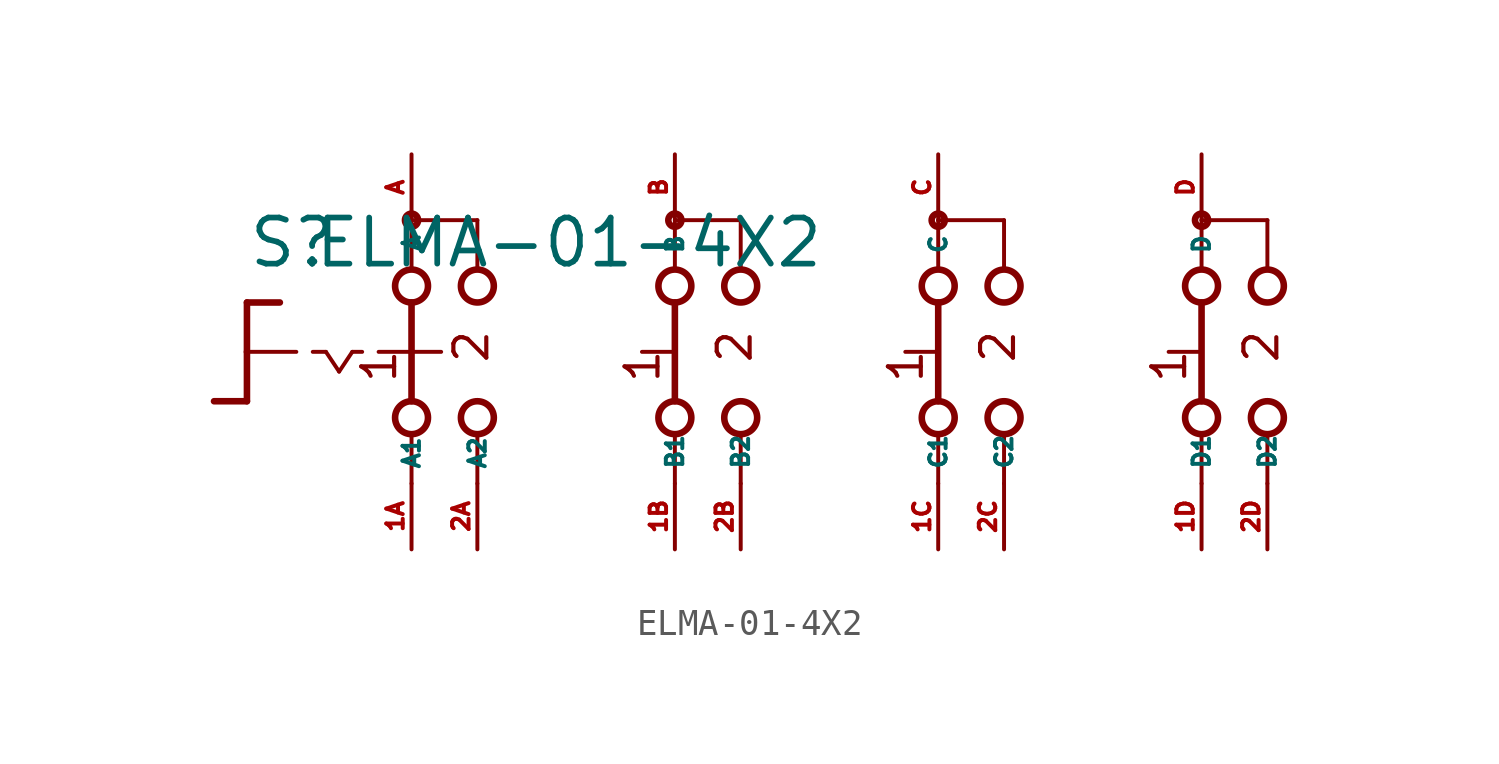
<source format=kicad_sym>
(kicad_symbol_lib
  (version 20220914)
  (generator Eagle2Kicad)
  (symbol "ELMA-01-4X2"
    (property "Reference" "S"
      (at -19.05 3.175 0)
      (effects (font (size 1.778 1.778) (thickness 0.22)) (justify left bottom)))
    (property "Value" "ELMA-01-4X2"
      (at -16.51 3.175 0)
      (effects (font (size 1.778 1.778) (thickness 0.22)) (justify left bottom)))
    (polyline
      (pts (xy -19.05 1.905) (xy -17.78 1.905))
      (stroke (width 0.254) (type default))
      (fill (type none)))
    (polyline
      (pts (xy -19.05 1.905) (xy -19.05 0))
      (stroke (width 0.254) (type default))
      (fill (type none)))
    (polyline
      (pts (xy -19.05 -1.905) (xy -20.32 -1.905))
      (stroke (width 0.254) (type default))
      (fill (type none)))
    (polyline
      (pts (xy -19.05 0) (xy -17.145 0))
      (stroke (width 0.152) (type default))
      (fill (type none)))
    (polyline
      (pts (xy -19.05 0) (xy -19.05 -1.905))
      (stroke (width 0.254) (type default))
      (fill (type none)))
    (polyline
      (pts (xy -16.51 0) (xy -16.002 0))
      (stroke (width 0.152) (type default))
      (fill (type none)))
    (polyline
      (pts (xy -14.986 0) (xy -14.605 0))
      (stroke (width 0.152) (type default))
      (fill (type none)))
    (polyline
      (pts (xy -16.002 0) (xy -15.494 -0.762))
      (stroke (width 0.152) (type default))
      (fill (type none)))
    (polyline
      (pts (xy -15.494 -0.762) (xy -14.986 0))
      (stroke (width 0.152) (type default))
      (fill (type none)))
    (polyline
      (pts (xy 7.62 3.175) (xy 7.62 5.08))
      (stroke (width 0.152) (type default))
      (fill (type none)))
    (polyline
      (pts (xy 7.62 -5.08) (xy 7.62 -3.175))
      (stroke (width 0.152) (type default))
      (fill (type none)))
    (polyline
      (pts (xy 10.16 3.175) (xy 10.16 5.08))
      (stroke (width 0.152) (type default))
      (fill (type none)))
    (polyline
      (pts (xy 17.78 3.175) (xy 17.78 5.08))
      (stroke (width 0.152) (type default))
      (fill (type none)))
    (polyline
      (pts (xy 20.32 3.175) (xy 20.32 5.08))
      (stroke (width 0.152) (type default))
      (fill (type none)))
    (polyline
      (pts (xy 7.62 5.08) (xy 10.16 5.08))
      (stroke (width 0.152) (type default))
      (fill (type none)))
    (polyline
      (pts (xy 17.78 5.08) (xy 20.32 5.08))
      (stroke (width 0.152) (type default))
      (fill (type none)))
    (polyline
      (pts (xy 10.16 -5.08) (xy 10.16 -3.175))
      (stroke (width 0.152) (type default))
      (fill (type none)))
    (polyline
      (pts (xy 17.78 -5.08) (xy 17.78 -3.175))
      (stroke (width 0.152) (type default))
      (fill (type none)))
    (polyline
      (pts (xy 20.32 -5.08) (xy 20.32 -3.175))
      (stroke (width 0.152) (type default))
      (fill (type none)))
    (polyline
      (pts (xy 7.62 1.905) (xy 7.62 -1.905))
      (stroke (width 0.254) (type default))
      (fill (type none)))
    (polyline
      (pts (xy 6.35 0) (xy 7.493 0))
      (stroke (width 0.152) (type default))
      (fill (type none)))
    (polyline
      (pts (xy 17.78 1.905) (xy 17.78 -1.905))
      (stroke (width 0.254) (type default))
      (fill (type none)))
    (polyline
      (pts (xy 16.51 0) (xy 17.653 0))
      (stroke (width 0.152) (type default))
      (fill (type none)))
    (polyline
      (pts (xy -13.97 0) (xy -12.827 0))
      (stroke (width 0.152) (type default))
      (fill (type none)))
    (polyline
      (pts (xy -10.16 3.175) (xy -10.16 5.08))
      (stroke (width 0.152) (type default))
      (fill (type none)))
    (polyline
      (pts (xy -10.16 -5.08) (xy -10.16 -3.175))
      (stroke (width 0.152) (type default))
      (fill (type none)))
    (polyline
      (pts (xy -2.54 -5.08) (xy -2.54 -3.175))
      (stroke (width 0.152) (type default))
      (fill (type none)))
    (polyline
      (pts (xy 0 -5.08) (xy 0 -3.175))
      (stroke (width 0.152) (type default))
      (fill (type none)))
    (polyline
      (pts (xy -2.54 3.175) (xy -2.54 5.08))
      (stroke (width 0.152) (type default))
      (fill (type none)))
    (polyline
      (pts (xy 0 3.175) (xy 0 5.08))
      (stroke (width 0.152) (type default))
      (fill (type none)))
    (polyline
      (pts (xy -2.54 5.08) (xy 0 5.08))
      (stroke (width 0.152) (type default))
      (fill (type none)))
    (polyline
      (pts (xy -12.7 5.08) (xy -12.7 3.175))
      (stroke (width 0.152) (type default))
      (fill (type none)))
    (polyline
      (pts (xy -12.7 1.905) (xy -12.7 0))
      (stroke (width 0.254) (type default))
      (fill (type none)))
    (polyline
      (pts (xy -12.7 -3.175) (xy -12.7 -5.08))
      (stroke (width 0.152) (type default))
      (fill (type none)))
    (polyline
      (pts (xy -10.16 5.08) (xy -12.7 5.08))
      (stroke (width 0.152) (type default))
      (fill (type none)))
    (polyline
      (pts (xy -12.7 0) (xy -11.557 0))
      (stroke (width 0.152) (type default))
      (fill (type none)))
    (polyline
      (pts (xy -12.7 0) (xy -12.7 -1.905))
      (stroke (width 0.254) (type default))
      (fill (type none)))
    (polyline
      (pts (xy -3.81 0) (xy -2.667 0))
      (stroke (width 0.152) (type default))
      (fill (type none)))
    (polyline
      (pts (xy -2.54 1.905) (xy -2.54 -1.905))
      (stroke (width 0.254) (type default))
      (fill (type none)))
    (text "1"
      (at 17.272 -1.27 900)
      (effects (font (size 1.27 1.27) (thickness 0.16)) (justify left bottom)))
    (text "2"
      (at 20.828 -0.508 900)
      (effects (font (size 1.27 1.27) (thickness 0.16)) (justify left bottom)))
    (text "1"
      (at -13.208 -1.27 900)
      (effects (font (size 1.27 1.27) (thickness 0.16)) (justify left bottom)))
    (text "2"
      (at -9.652 -0.508 900)
      (effects (font (size 1.27 1.27) (thickness 0.16)) (justify left bottom)))
    (text "1"
      (at -3.048 -1.27 900)
      (effects (font (size 1.27 1.27) (thickness 0.16)) (justify left bottom)))
    (text "2"
      (at 0.508 -0.508 900)
      (effects (font (size 1.27 1.27) (thickness 0.16)) (justify left bottom)))
    (text "1"
      (at 7.112 -1.27 900)
      (effects (font (size 1.27 1.27) (thickness 0.16)) (justify left bottom)))
    (text "2"
      (at 10.668 -0.508 900)
      (effects (font (size 1.27 1.27) (thickness 0.16)) (justify left bottom)))
    (circle
      (center 7.62 5.08)
      (radius 0.254)
      (stroke (width 0.254) (type default))
      (fill (type none)))
    (circle
      (center 7.62 2.54)
      (radius 0.635)
      (stroke (width 0.254) (type default))
      (fill (type none)))
    (circle
      (center 7.62 -2.54)
      (radius 0.635)
      (stroke (width 0.254) (type default))
      (fill (type none)))
    (circle
      (center 10.16 2.54)
      (radius 0.635)
      (stroke (width 0.254) (type default))
      (fill (type none)))
    (circle
      (center 17.78 2.54)
      (radius 0.635)
      (stroke (width 0.254) (type default))
      (fill (type none)))
    (circle
      (center 20.32 2.54)
      (radius 0.635)
      (stroke (width 0.254) (type default))
      (fill (type none)))
    (circle
      (center 17.78 5.08)
      (radius 0.254)
      (stroke (width 0.254) (type default))
      (fill (type none)))
    (circle
      (center 10.16 -2.54)
      (radius 0.635)
      (stroke (width 0.254) (type default))
      (fill (type none)))
    (circle
      (center 17.78 -2.54)
      (radius 0.635)
      (stroke (width 0.254) (type default))
      (fill (type none)))
    (circle
      (center 20.32 -2.54)
      (radius 0.635)
      (stroke (width 0.254) (type default))
      (fill (type none)))
    (circle
      (center -12.7 5.08)
      (radius 0.254)
      (stroke (width 0.254) (type default))
      (fill (type none)))
    (circle
      (center -12.7 2.54)
      (radius 0.635)
      (stroke (width 0.254) (type default))
      (fill (type none)))
    (circle
      (center -10.16 2.54)
      (radius 0.635)
      (stroke (width 0.254) (type default))
      (fill (type none)))
    (circle
      (center -12.7 -2.54)
      (radius 0.635)
      (stroke (width 0.254) (type default))
      (fill (type none)))
    (circle
      (center -10.16 -2.54)
      (radius 0.635)
      (stroke (width 0.254) (type default))
      (fill (type none)))
    (circle
      (center -2.54 5.08)
      (radius 0.254)
      (stroke (width 0.254) (type default))
      (fill (type none)))
    (circle
      (center -2.54 2.54)
      (radius 0.635)
      (stroke (width 0.254) (type default))
      (fill (type none)))
    (circle
      (center -2.54 -2.54)
      (radius 0.635)
      (stroke (width 0.254) (type default))
      (fill (type none)))
    (circle
      (center 0 2.54)
      (radius 0.635)
      (stroke (width 0.254) (type default))
      (fill (type none)))
    (circle
      (center 0 -2.54)
      (radius 0.635)
      (stroke (width 0.254) (type default))
      (fill (type none)))
    (pin passive line
      (at -12.7 -7.62 90)
      (length 2.54)
      (name "A1" (effects (font (size 0.635 0.635) (thickness 0.08)) (justify left bottom)))
      (number "1A" (effects (font (size 0.635 0.635) (thickness 0.08)) (justify left bottom))))
    (pin passive line
      (at -12.7 7.62 270)
      (length 2.54)
      (name "A" (effects (font (size 0.635 0.635) (thickness 0.08)) (justify left bottom)))
      (number "A" (effects (font (size 0.635 0.635) (thickness 0.08)) (justify left bottom))))
    (pin passive line
      (at -10.16 -7.62 90)
      (length 2.54)
      (name "A2" (effects (font (size 0.635 0.635) (thickness 0.08)) (justify left bottom)))
      (number "2A" (effects (font (size 0.635 0.635) (thickness 0.08)) (justify left bottom))))
    (pin passive line
      (at -2.54 -7.62 90)
      (length 2.54)
      (name "B1" (effects (font (size 0.635 0.635) (thickness 0.08)) (justify left bottom)))
      (number "1B" (effects (font (size 0.635 0.635) (thickness 0.08)) (justify left bottom))))
    (pin passive line
      (at 0 -7.62 90)
      (length 2.54)
      (name "B2" (effects (font (size 0.635 0.635) (thickness 0.08)) (justify left bottom)))
      (number "2B" (effects (font (size 0.635 0.635) (thickness 0.08)) (justify left bottom))))
    (pin passive line
      (at 7.62 -7.62 90)
      (length 2.54)
      (name "C1" (effects (font (size 0.635 0.635) (thickness 0.08)) (justify left bottom)))
      (number "1C" (effects (font (size 0.635 0.635) (thickness 0.08)) (justify left bottom))))
    (pin passive line
      (at 10.16 -7.62 90)
      (length 2.54)
      (name "C2" (effects (font (size 0.635 0.635) (thickness 0.08)) (justify left bottom)))
      (number "2C" (effects (font (size 0.635 0.635) (thickness 0.08)) (justify left bottom))))
    (pin passive line
      (at 17.78 -7.62 90)
      (length 2.54)
      (name "D1" (effects (font (size 0.635 0.635) (thickness 0.08)) (justify left bottom)))
      (number "1D" (effects (font (size 0.635 0.635) (thickness 0.08)) (justify left bottom))))
    (pin passive line
      (at 20.32 -7.62 90)
      (length 2.54)
      (name "D2" (effects (font (size 0.635 0.635) (thickness 0.08)) (justify left bottom)))
      (number "2D" (effects (font (size 0.635 0.635) (thickness 0.08)) (justify left bottom))))
    (pin passive line
      (at 7.62 7.62 270)
      (length 2.54)
      (name "C" (effects (font (size 0.635 0.635) (thickness 0.08)) (justify left bottom)))
      (number "C" (effects (font (size 0.635 0.635) (thickness 0.08)) (justify left bottom))))
    (pin passive line
      (at 17.78 7.62 270)
      (length 2.54)
      (name "D" (effects (font (size 0.635 0.635) (thickness 0.08)) (justify left bottom)))
      (number "D" (effects (font (size 0.635 0.635) (thickness 0.08)) (justify left bottom))))
    (pin passive line
      (at -2.54 7.62 270)
      (length 2.54)
      (name "B" (effects (font (size 0.635 0.635) (thickness 0.08)) (justify left bottom)))
      (number "B" (effects (font (size 0.635 0.635) (thickness 0.08)) (justify left bottom))))))
</source>
